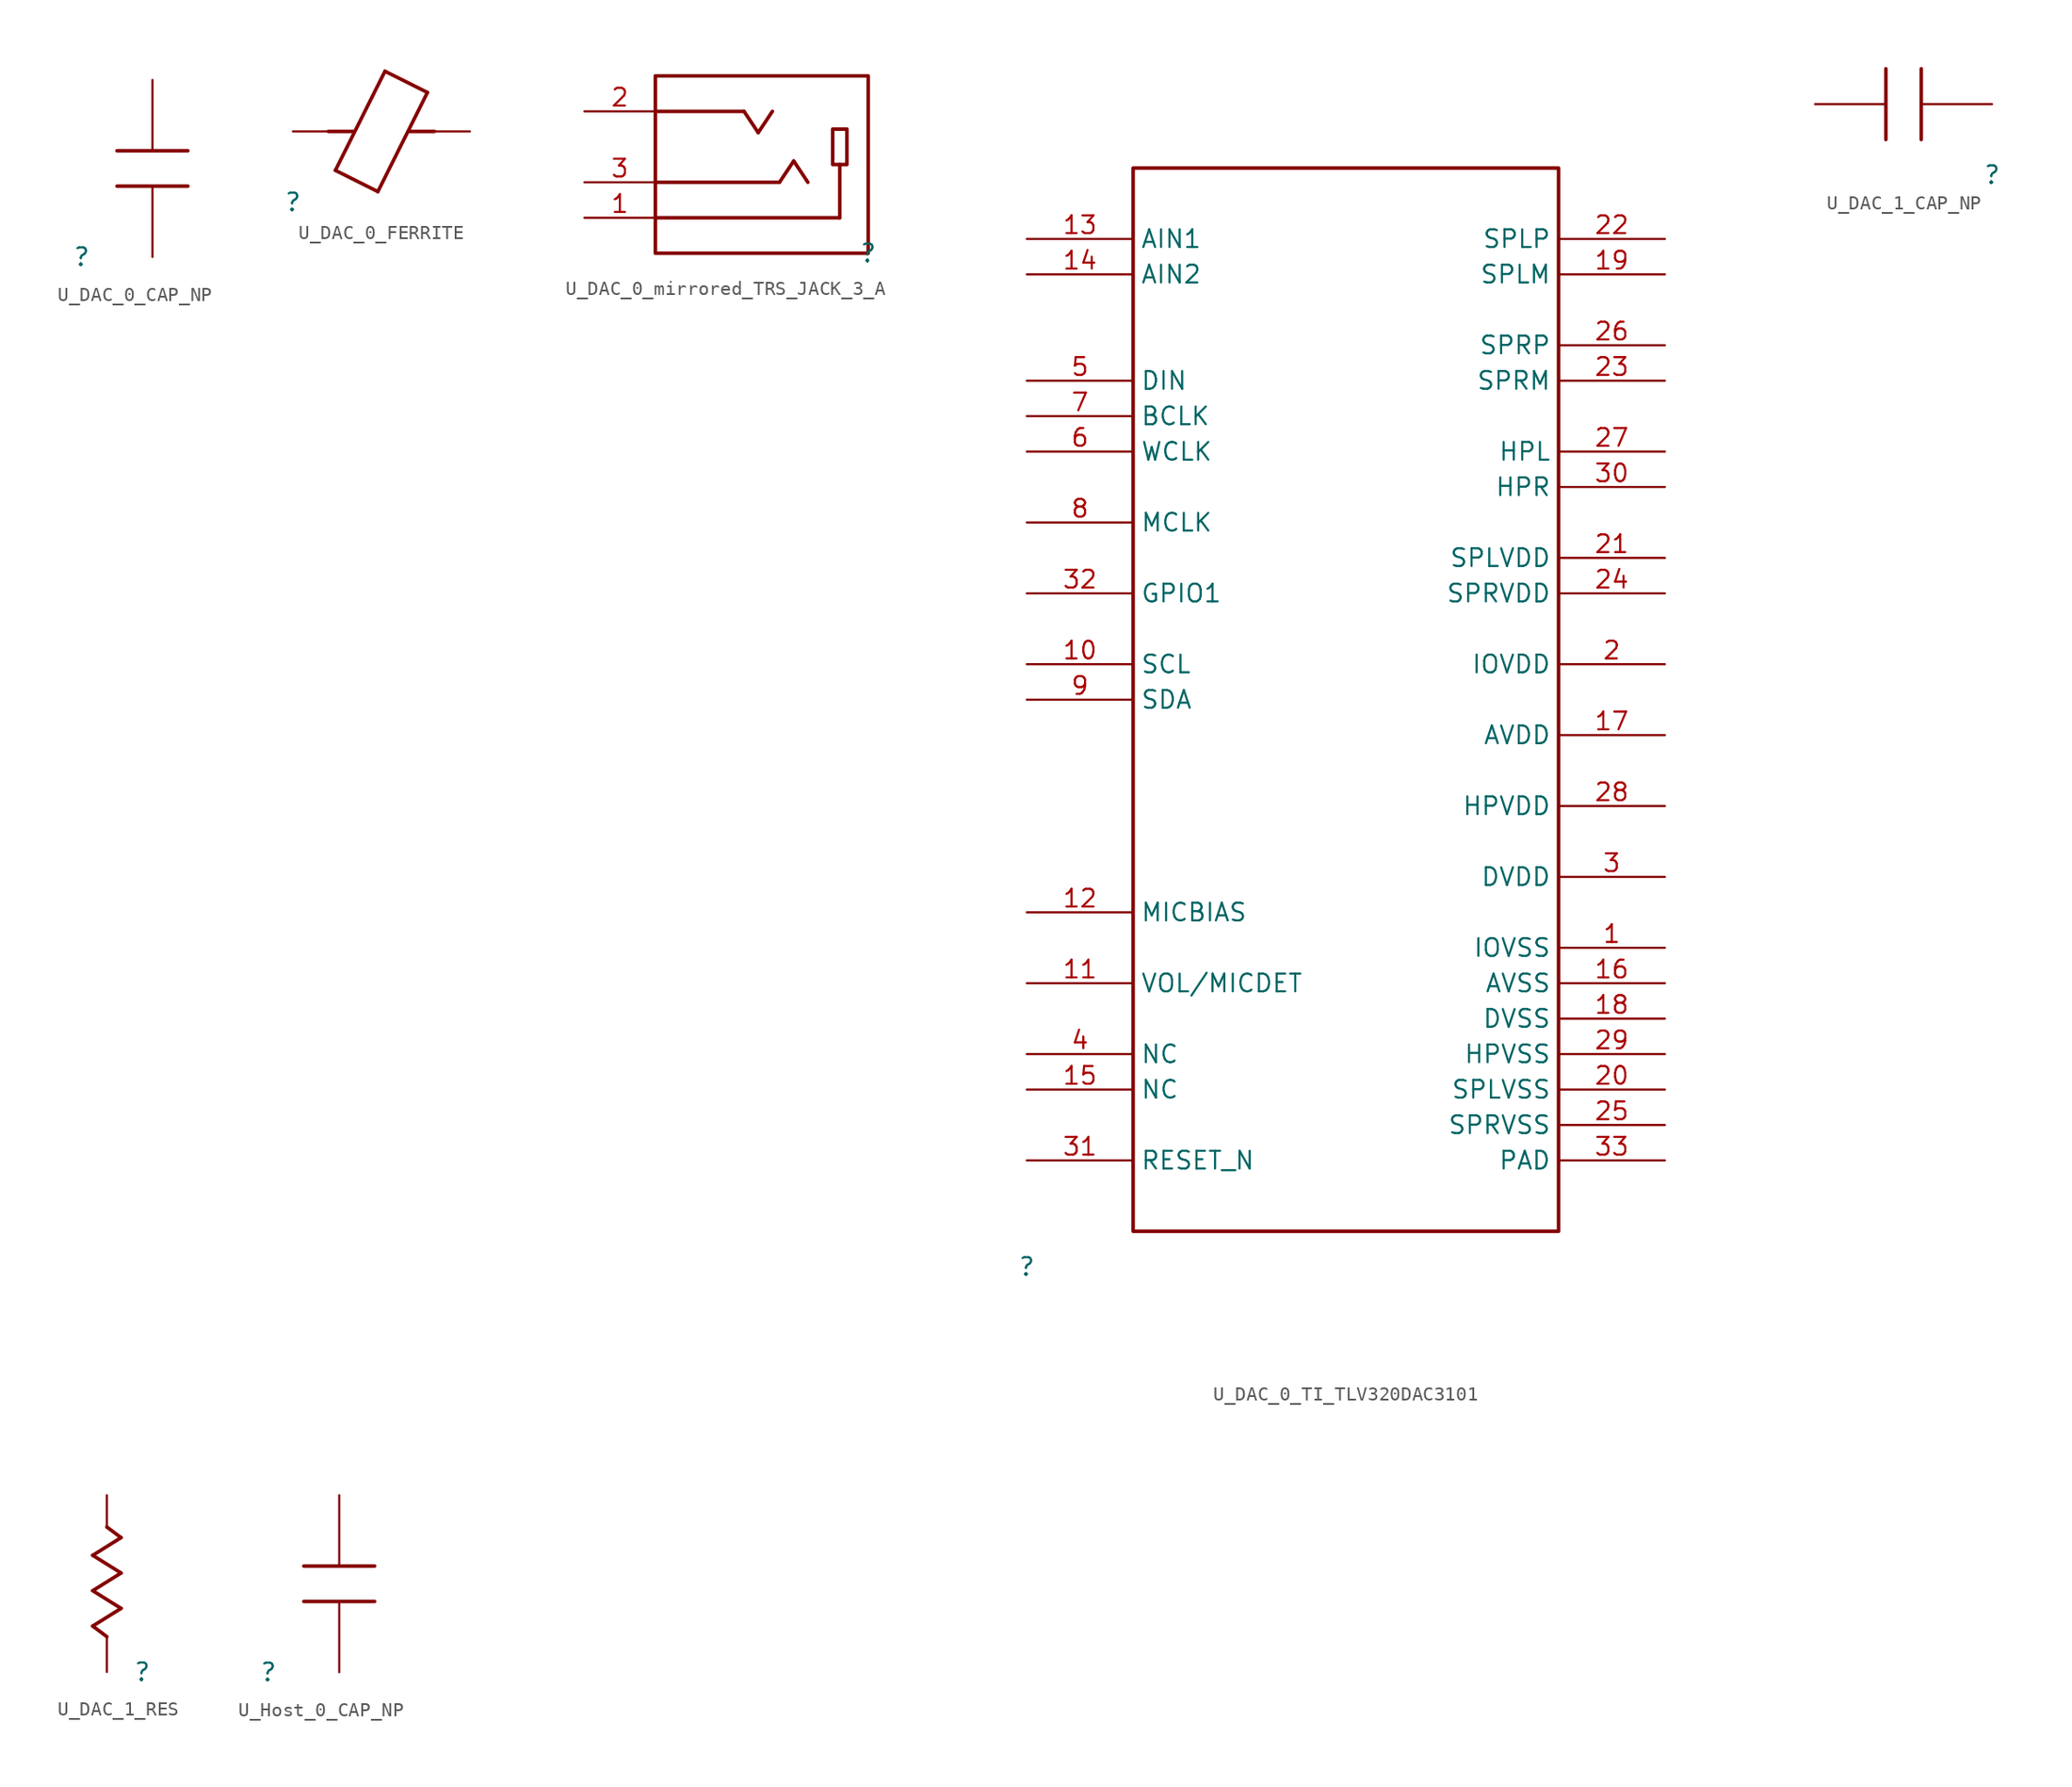
<source format=kicad_sym>
(kicad_symbol_lib
  (version 20231120)
  (generator "kicad_symbol_editor")
  (generator_version "8.0")
  (symbol "U_DAC_0_CAP_NP"
    (property "Reference" ""
      (at 0 0 0)
      (effects (font (size 1.27 1.27))))
    (property "Value" ""
      (at 0 0 0)
      (effects (font (size 1.27 1.27))))
    (symbol "U_DAC_0_CAP_NP_1_0"
      (polyline (pts (xy 2.54 7.62) (xy 7.62 7.62)) (stroke (width 0.254) (type solid)) (fill (type none)))
      (polyline (pts (xy 7.62 5.08) (xy 2.54 5.08)) (stroke (width 0.254) (type solid)) (fill (type none)))
      (pin passive line (at 5.08 12.7 270) (length 5.08) (name "1" (effects (font (size 0 0)))) (number "1" (effects (font (size 0 0)))))
      (pin passive line (at 5.08 0 90) (length 5.08) (name "2" (effects (font (size 0 0)))) (number "2" (effects (font (size 0 0)))))))
  (symbol "U_DAC_0_FERRITE"
    (property "Reference" ""
      (at 0 0 0)
      (effects (font (size 1.27 1.27))))
    (property "Value" ""
      (at 0 0 0)
      (effects (font (size 1.27 1.27))))
    (symbol "U_DAC_0_FERRITE_1_0"
      (polyline (pts (xy 3.048 2.286) (xy 6.096 0.762)) (stroke (width 0.254) (type solid)) (fill (type none)))
      (polyline (pts (xy 4.318 5.08) (xy 2.54 5.08)) (stroke (width 0.254) (type solid)) (fill (type none)))
      (polyline (pts (xy 6.096 0.762) (xy 9.652 7.874)) (stroke (width 0.254) (type solid)) (fill (type none)))
      (polyline (pts (xy 6.604 9.398) (xy 3.048 2.286)) (stroke (width 0.254) (type solid)) (fill (type none)))
      (polyline (pts (xy 8.382 5.08) (xy 10.16 5.08)) (stroke (width 0.254) (type solid)) (fill (type none)))
      (polyline (pts (xy 9.652 7.874) (xy 6.604 9.398)) (stroke (width 0.254) (type solid)) (fill (type none)))
      (pin passive line (at 0 5.08 0) (length 2.54) (name "1" (effects (font (size 0 0)))) (number "1" (effects (font (size 0 0)))))
      (pin passive line (at 12.7 5.08 180) (length 2.54) (name "2" (effects (font (size 0 0)))) (number "2" (effects (font (size 0 0)))))))
  (symbol "U_DAC_0_mirrored_TRS_JACK_3_A"
    (property "Reference" ""
      (at 0 0 0)
      (effects (font (size 1.27 1.27))))
    (property "Value" ""
      (at 0 0 0)
      (effects (font (size 1.27 1.27))))
    (symbol "U_DAC_0_mirrored_TRS_JACK_3_A_1_0"
      (polyline (pts (xy -8.89 10.16) (xy -15.24 10.16)) (stroke (width 0.254) (type solid)) (fill (type none)))
      (polyline (pts (xy -7.874 8.636) (xy -8.89 10.16)) (stroke (width 0.254) (type solid)) (fill (type none)))
      (polyline (pts (xy -6.858 10.16) (xy -7.874 8.636)) (stroke (width 0.254) (type solid)) (fill (type none)))
      (polyline (pts (xy -6.35 5.08) (xy -15.24 5.08)) (stroke (width 0.254) (type solid)) (fill (type none)))
      (polyline (pts (xy -5.334 6.604) (xy -6.35 5.08)) (stroke (width 0.254) (type solid)) (fill (type none)))
      (polyline (pts (xy -4.318 5.08) (xy -5.334 6.604)) (stroke (width 0.254) (type solid)) (fill (type none)))
      (polyline (pts (xy -2.032 2.54) (xy -15.24 2.54)) (stroke (width 0.254) (type solid)) (fill (type none)))
      (polyline (pts (xy -2.032 6.35) (xy -2.032 2.54)) (stroke (width 0.254) (type solid)) (fill (type none)))
      (polyline (pts (xy -1.524 6.35) (xy -2.54 6.35) (xy -2.54 8.89) (xy -1.524 8.89) (xy -1.524 6.35)) (stroke (width 0.254) (type solid)) (fill (type none)))
      (polyline (pts (xy 0 0) (xy -15.24 0) (xy -15.24 12.7) (xy 0 12.7) (xy 0 0)) (stroke (width 0.254) (type solid)) (fill (type none)))
      (pin passive line (at -20.32 2.54 0) (length 5.08) (name "1" (effects (font (size 0 0)))) (number "1" (effects (font (size 1.27 1.27)))))
      (pin passive line (at -20.32 10.16 0) (length 5.08) (name "2" (effects (font (size 0 0)))) (number "2" (effects (font (size 1.27 1.27)))))
      (pin passive line (at -20.32 5.08 0) (length 5.08) (name "3" (effects (font (size 0 0)))) (number "3" (effects (font (size 1.27 1.27)))))))
  (symbol "U_DAC_0_TI_TLV320DAC3101"
    (property "Reference" ""
      (at 0 0 0)
      (effects (font (size 1.27 1.27))))
    (property "Value" ""
      (at 0 0 0)
      (effects (font (size 1.27 1.27))))
    (symbol "U_DAC_0_TI_TLV320DAC3101_1_0"
      (polyline (pts (xy 7.62 2.54) (xy 38.1 2.54) (xy 38.1 78.74) (xy 7.62 78.74) (xy 7.62 2.54)) (stroke (width 0.254) (type solid)) (fill (type none)))
      (pin power_in line (at 45.72 22.86 180) (length 7.62) (name "IOVSS" (effects (font (size 1.27 1.27)))) (number "1" (effects (font (size 1.27 1.27)))))
      (pin input line (at 0 43.18 0) (length 7.62) (name "SCL" (effects (font (size 1.27 1.27)))) (number "10" (effects (font (size 1.27 1.27)))))
      (pin passive line (at 0 20.32 0) (length 7.62) (name "VOL/MICDET" (effects (font (size 1.27 1.27)))) (number "11" (effects (font (size 1.27 1.27)))))
      (pin passive line (at 0 25.4 0) (length 7.62) (name "MICBIAS" (effects (font (size 1.27 1.27)))) (number "12" (effects (font (size 1.27 1.27)))))
      (pin passive line (at 0 73.66 0) (length 7.62) (name "AIN1" (effects (font (size 1.27 1.27)))) (number "13" (effects (font (size 1.27 1.27)))))
      (pin passive line (at 0 71.12 0) (length 7.62) (name "AIN2" (effects (font (size 1.27 1.27)))) (number "14" (effects (font (size 1.27 1.27)))))
      (pin passive line (at 0 12.7 0) (length 7.62) (name "NC" (effects (font (size 1.27 1.27)))) (number "15" (effects (font (size 1.27 1.27)))))
      (pin power_in line (at 45.72 20.32 180) (length 7.62) (name "AVSS" (effects (font (size 1.27 1.27)))) (number "16" (effects (font (size 1.27 1.27)))))
      (pin power_in line (at 45.72 38.1 180) (length 7.62) (name "AVDD" (effects (font (size 1.27 1.27)))) (number "17" (effects (font (size 1.27 1.27)))))
      (pin power_in line (at 45.72 17.78 180) (length 7.62) (name "DVSS" (effects (font (size 1.27 1.27)))) (number "18" (effects (font (size 1.27 1.27)))))
      (pin passive line (at 45.72 71.12 180) (length 7.62) (name "SPLM" (effects (font (size 1.27 1.27)))) (number "19" (effects (font (size 1.27 1.27)))))
      (pin power_in line (at 45.72 43.18 180) (length 7.62) (name "IOVDD" (effects (font (size 1.27 1.27)))) (number "2" (effects (font (size 1.27 1.27)))))
      (pin power_in line (at 45.72 12.7 180) (length 7.62) (name "SPLVSS" (effects (font (size 1.27 1.27)))) (number "20" (effects (font (size 1.27 1.27)))))
      (pin power_in line (at 45.72 50.8 180) (length 7.62) (name "SPLVDD" (effects (font (size 1.27 1.27)))) (number "21" (effects (font (size 1.27 1.27)))))
      (pin passive line (at 45.72 73.66 180) (length 7.62) (name "SPLP" (effects (font (size 1.27 1.27)))) (number "22" (effects (font (size 1.27 1.27)))))
      (pin passive line (at 45.72 63.5 180) (length 7.62) (name "SPRM" (effects (font (size 1.27 1.27)))) (number "23" (effects (font (size 1.27 1.27)))))
      (pin power_in line (at 45.72 48.26 180) (length 7.62) (name "SPRVDD" (effects (font (size 1.27 1.27)))) (number "24" (effects (font (size 1.27 1.27)))))
      (pin power_in line (at 45.72 10.16 180) (length 7.62) (name "SPRVSS" (effects (font (size 1.27 1.27)))) (number "25" (effects (font (size 1.27 1.27)))))
      (pin passive line (at 45.72 66.04 180) (length 7.62) (name "SPRP" (effects (font (size 1.27 1.27)))) (number "26" (effects (font (size 1.27 1.27)))))
      (pin passive line (at 45.72 58.42 180) (length 7.62) (name "HPL" (effects (font (size 1.27 1.27)))) (number "27" (effects (font (size 1.27 1.27)))))
      (pin power_in line (at 45.72 33.02 180) (length 7.62) (name "HPVDD" (effects (font (size 1.27 1.27)))) (number "28" (effects (font (size 1.27 1.27)))))
      (pin power_in line (at 45.72 15.24 180) (length 7.62) (name "HPVSS" (effects (font (size 1.27 1.27)))) (number "29" (effects (font (size 1.27 1.27)))))
      (pin power_in line (at 45.72 27.94 180) (length 7.62) (name "DVDD" (effects (font (size 1.27 1.27)))) (number "3" (effects (font (size 1.27 1.27)))))
      (pin passive line (at 45.72 55.88 180) (length 7.62) (name "HPR" (effects (font (size 1.27 1.27)))) (number "30" (effects (font (size 1.27 1.27)))))
      (pin input line (at 0 7.62 0) (length 7.62) (name "RESET_N" (effects (font (size 1.27 1.27)))) (number "31" (effects (font (size 1.27 1.27)))))
      (pin bidirectional line (at 0 48.26 0) (length 7.62) (name "GPIO1" (effects (font (size 1.27 1.27)))) (number "32" (effects (font (size 1.27 1.27)))))
      (pin power_in line (at 45.72 7.62 180) (length 7.62) (name "PAD" (effects (font (size 1.27 1.27)))) (number "33" (effects (font (size 1.27 1.27)))))
      (pin passive line (at 0 15.24 0) (length 7.62) (name "NC" (effects (font (size 1.27 1.27)))) (number "4" (effects (font (size 1.27 1.27)))))
      (pin input line (at 0 63.5 0) (length 7.62) (name "DIN" (effects (font (size 1.27 1.27)))) (number "5" (effects (font (size 1.27 1.27)))))
      (pin bidirectional line (at 0 58.42 0) (length 7.62) (name "WCLK" (effects (font (size 1.27 1.27)))) (number "6" (effects (font (size 1.27 1.27)))))
      (pin bidirectional line (at 0 60.96 0) (length 7.62) (name "BCLK" (effects (font (size 1.27 1.27)))) (number "7" (effects (font (size 1.27 1.27)))))
      (pin input line (at 0 53.34 0) (length 7.62) (name "MCLK" (effects (font (size 1.27 1.27)))) (number "8" (effects (font (size 1.27 1.27)))))
      (pin bidirectional line (at 0 40.64 0) (length 7.62) (name "SDA" (effects (font (size 1.27 1.27)))) (number "9" (effects (font (size 1.27 1.27)))))))
  (symbol "U_DAC_1_CAP_NP"
    (property "Reference" ""
      (at 0 0 0)
      (effects (font (size 1.27 1.27))))
    (property "Value" ""
      (at 0 0 0)
      (effects (font (size 1.27 1.27))))
    (symbol "U_DAC_1_CAP_NP_1_0"
      (polyline (pts (xy -7.62 2.54) (xy -7.62 7.62)) (stroke (width 0.254) (type solid)) (fill (type none)))
      (polyline (pts (xy -5.08 7.62) (xy -5.08 2.54)) (stroke (width 0.254) (type solid)) (fill (type none)))
      (pin passive line (at -12.7 5.08 0) (length 5.08) (name "1" (effects (font (size 0 0)))) (number "1" (effects (font (size 0 0)))))
      (pin passive line (at 0 5.08 180) (length 5.08) (name "2" (effects (font (size 0 0)))) (number "2" (effects (font (size 0 0)))))))
  (symbol "U_DAC_1_RES"
    (property "Reference" ""
      (at 0 0 0)
      (effects (font (size 1.27 1.27))))
    (property "Value" ""
      (at 0 0 0)
      (effects (font (size 1.27 1.27))))
    (symbol "U_DAC_1_RES_1_0"
      (polyline (pts (xy -3.556 3.302) (xy -1.524 4.572)) (stroke (width 0.254) (type solid)) (fill (type none)))
      (polyline (pts (xy -3.556 5.842) (xy -1.524 7.112)) (stroke (width 0.254) (type solid)) (fill (type none)))
      (polyline (pts (xy -3.556 8.382) (xy -1.524 9.652)) (stroke (width 0.254) (type solid)) (fill (type none)))
      (polyline (pts (xy -2.54 2.54) (xy -3.556 3.302)) (stroke (width 0.254) (type solid)) (fill (type none)))
      (polyline (pts (xy -1.524 4.572) (xy -3.556 5.842)) (stroke (width 0.254) (type solid)) (fill (type none)))
      (polyline (pts (xy -1.524 7.112) (xy -3.556 8.382)) (stroke (width 0.254) (type solid)) (fill (type none)))
      (polyline (pts (xy -1.524 9.652) (xy -2.54 10.414)) (stroke (width 0.254) (type solid)) (fill (type none)))
      (pin passive line (at -2.54 0 90) (length 2.54) (name "1" (effects (font (size 0 0)))) (number "1" (effects (font (size 0 0)))))
      (pin passive line (at -2.54 12.7 270) (length 2.286) (name "2" (effects (font (size 0 0)))) (number "2" (effects (font (size 0 0)))))))
  (symbol "U_Host_0_CAP_NP"
    (property "Reference" ""
      (at 0 0 0)
      (effects (font (size 1.27 1.27))))
    (property "Value" ""
      (at 0 0 0)
      (effects (font (size 1.27 1.27))))
    (symbol "U_Host_0_CAP_NP_1_0"
      (polyline (pts (xy 2.54 7.62) (xy 7.62 7.62)) (stroke (width 0.254) (type solid)) (fill (type none)))
      (polyline (pts (xy 7.62 5.08) (xy 2.54 5.08)) (stroke (width 0.254) (type solid)) (fill (type none)))
      (pin passive line (at 5.08 12.7 270) (length 5.08) (name "1" (effects (font (size 0 0)))) (number "1" (effects (font (size 0 0)))))
      (pin passive line (at 5.08 0 90) (length 5.08) (name "2" (effects (font (size 0 0)))) (number "2" (effects (font (size 0 0))))))))
</source>
